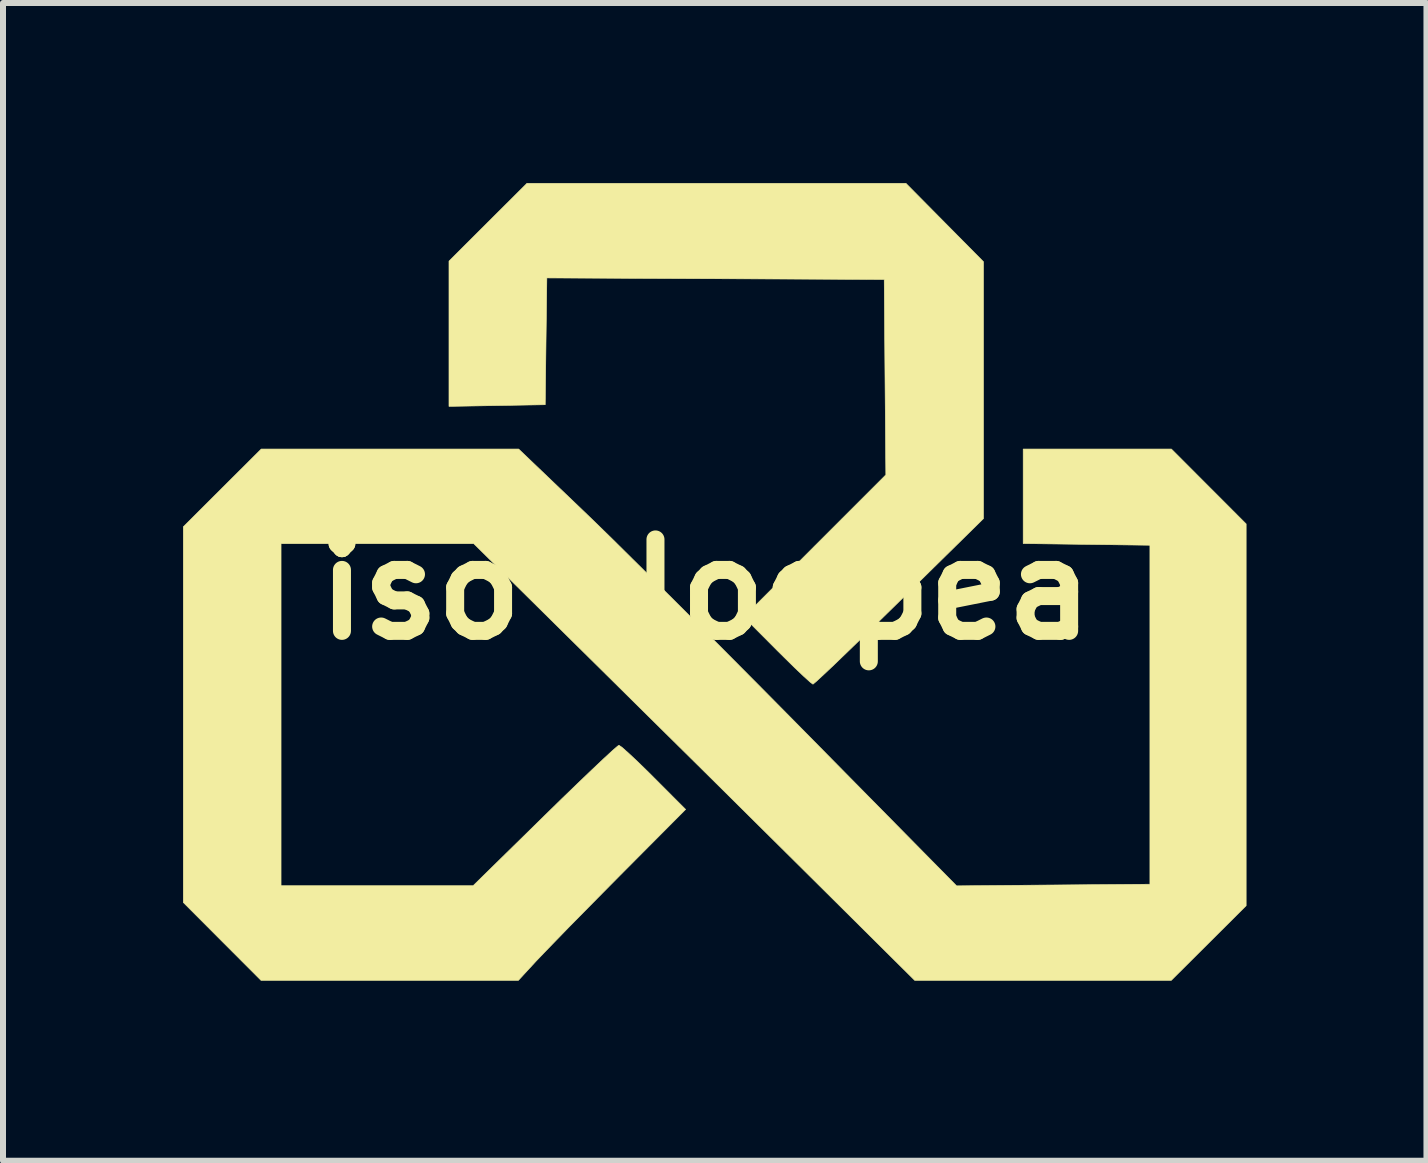
<source format=kicad_pcb>
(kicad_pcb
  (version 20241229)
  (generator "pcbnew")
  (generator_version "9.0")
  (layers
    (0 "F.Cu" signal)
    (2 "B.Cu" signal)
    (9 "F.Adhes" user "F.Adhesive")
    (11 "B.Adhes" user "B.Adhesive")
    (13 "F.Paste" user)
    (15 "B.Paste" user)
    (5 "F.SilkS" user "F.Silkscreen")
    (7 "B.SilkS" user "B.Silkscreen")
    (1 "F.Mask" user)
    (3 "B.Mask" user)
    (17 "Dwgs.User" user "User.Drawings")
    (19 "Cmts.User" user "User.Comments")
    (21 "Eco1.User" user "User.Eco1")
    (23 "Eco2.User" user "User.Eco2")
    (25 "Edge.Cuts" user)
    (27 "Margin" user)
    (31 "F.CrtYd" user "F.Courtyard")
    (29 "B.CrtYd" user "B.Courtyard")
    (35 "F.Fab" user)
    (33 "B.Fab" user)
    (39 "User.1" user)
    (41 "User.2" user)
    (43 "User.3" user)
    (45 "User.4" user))
  (footprint "iso-loopea"
    (layer "F.Cu")
    (at 8.709 6.775)
    (property "Reference" "iso-loopea" (at 0 0 0) (layer "F.SilkS") (effects (font (size 1.524 1.524) (thickness 0.3))))
    (attr through_hole)
    (fp_poly (pts (xy 4.632 -5.463) (xy 4.632 -1.182) (xy 3.229 0.198) (xy 2.917 0.504) (xy 2.626 0.787) (xy 2.367 1.038) (xy 2.146 1.251) (xy 1.971 1.416) (xy 1.851 1.527) (xy 1.793 1.576) (xy 1.79 1.578) (xy 1.744 1.544) (xy 1.639 1.449) (xy 1.489 1.307) (xy 1.308 1.129) (xy 1.196 1.018) (xy 0.638 0.458) (xy 1.821 -0.727) (xy 3.005 -1.911) (xy 2.991 -3.539) (xy 2.978 -5.167) (xy 0.166 -5.18) (xy -2.645 -5.193) (xy -2.659 -4.136) (xy -2.672 -3.08) (xy -3.474 -3.066) (xy -4.276 -3.052) (xy -4.276 -5.473) (xy -3.626 -6.122) (xy -2.976 -6.77) (xy 3.339 -6.77) (xy 4.632 -5.463)) (stroke (width 0.01) (type solid)) (fill yes) (layer "F.SilkS"))
    (fp_poly (pts (xy -2.054 -1.327) (xy -1.834 -1.115) (xy -1.552 -0.84) (xy -1.218 -0.509) (xy -0.839 -0.134) (xy -0.426 0.278) (xy 0.014 0.718) (xy 0.469 1.175) (xy 0.933 1.642) (xy 1.395 2.109) (xy 1.596 2.313) (xy 4.184 4.939) (xy 5.795 4.925) (xy 7.406 4.912) (xy 7.406 -0.738) (xy 6.35 -0.752) (xy 5.294 -0.766) (xy 5.294 -2.341) (xy 7.764 -2.341) (xy 9.01 -1.093) (xy 9.01 5.27) (xy 8.385 5.893) (xy 7.761 6.515) (xy 5.624 6.515) (xy 3.487 6.515) (xy 1.756 4.796) (xy 1.348 4.391) (xy 0.885 3.932) (xy 0.385 3.436) (xy -0.136 2.92) (xy -0.66 2.402) (xy -1.169 1.899) (xy -1.646 1.427) (xy -1.919 1.157) (xy -3.863 -0.764) (xy -7.075 -0.764) (xy -7.075 4.937) (xy -3.874 4.937) (xy -2.681 3.767) (xy -2.393 3.485) (xy -2.127 3.228) (xy -1.893 3.004) (xy -1.698 2.82) (xy -1.553 2.686) (xy -1.465 2.61) (xy -1.443 2.596) (xy -1.393 2.63) (xy -1.286 2.725) (xy -1.135 2.866) (xy -0.953 3.043) (xy -0.865 3.131) (xy -0.332 3.665) (xy -1.433 4.772) (xy -1.724 5.066) (xy -2.006 5.352) (xy -2.268 5.618) (xy -2.496 5.853) (xy -2.68 6.043) (xy -2.807 6.176) (xy -2.827 6.197) (xy -3.12 6.515) (xy -7.408 6.515) (xy -8.056 5.866) (xy -8.704 5.216) (xy -8.704 -1.045) (xy -8.055 -1.693) (xy -7.405 -2.341) (xy -3.115 -2.341) (xy -2.054 -1.327)) (stroke (width 0.01) (type solid)) (fill yes) (layer "F.SilkS")))
  (gr_rect
    (start -3 -3)
    (end 20.724 16.295)
    (stroke (width 0.1) (type default))
    (fill no)
    (layer "Edge.Cuts")))
</source>
